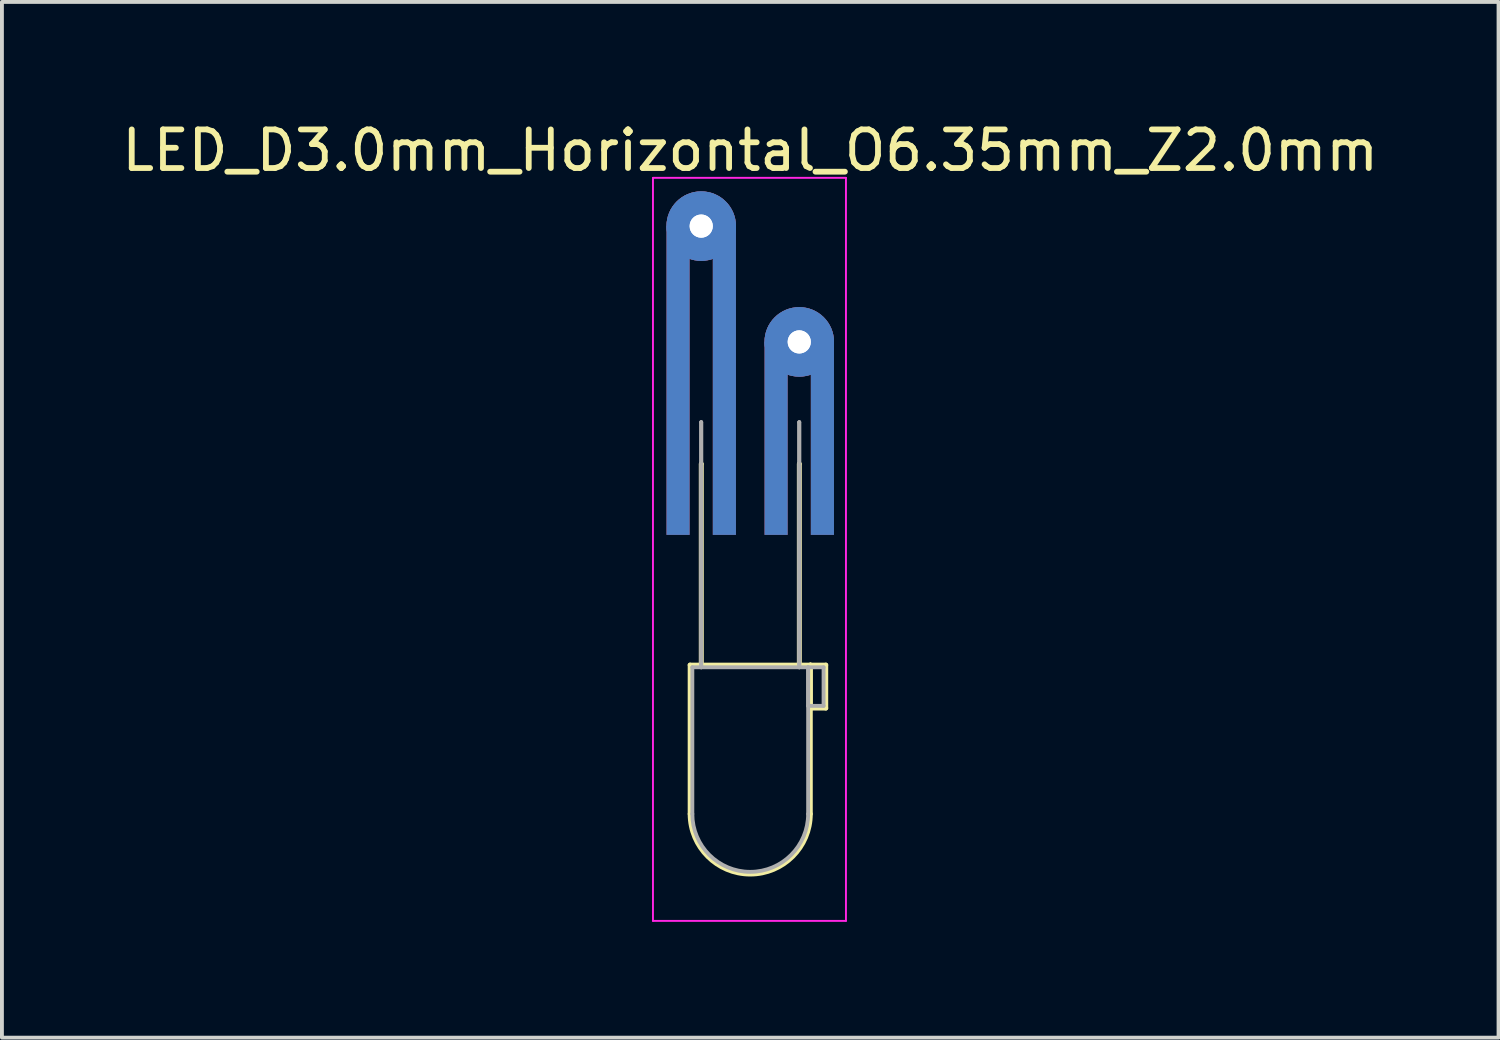
<source format=kicad_pcb>
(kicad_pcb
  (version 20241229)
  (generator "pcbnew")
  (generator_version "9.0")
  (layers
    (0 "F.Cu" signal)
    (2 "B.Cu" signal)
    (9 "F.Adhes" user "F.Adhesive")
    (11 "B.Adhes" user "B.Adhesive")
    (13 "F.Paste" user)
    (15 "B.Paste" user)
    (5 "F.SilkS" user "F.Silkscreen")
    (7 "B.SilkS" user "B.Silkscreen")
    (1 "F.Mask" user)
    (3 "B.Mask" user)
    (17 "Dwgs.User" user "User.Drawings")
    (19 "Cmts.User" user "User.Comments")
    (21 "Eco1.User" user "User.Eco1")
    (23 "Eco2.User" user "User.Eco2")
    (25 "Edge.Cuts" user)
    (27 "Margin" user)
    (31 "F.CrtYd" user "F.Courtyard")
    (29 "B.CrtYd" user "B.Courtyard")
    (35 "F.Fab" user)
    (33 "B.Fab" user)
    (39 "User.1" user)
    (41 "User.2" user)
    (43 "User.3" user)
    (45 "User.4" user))
  (footprint "LED_D3.0mm_Horizontal_O6.35mm_Z2.0mm"
    (layer "F.Cu")
    (at 15.117 2.808)
    (property "Reference" "LED_D3.0mm_Horizontal_O6.35mm_Z2.0mm" (at 1.27 -1.96 0) (layer "F.SilkS") (effects (font (size 1 1) (thickness 0.15))))
    (attr through_hole)
    (fp_line (start -0.29 11.37) (end -0.29 15.23) (stroke (width 0.12) (type solid)) (layer "F.SilkS"))
    (fp_line (start -0.29 11.37) (end 2.83 11.37) (stroke (width 0.12) (type solid)) (layer "F.SilkS"))
    (fp_line (start 0 6.16) (end 0 6.16) (stroke (width 0.12) (type solid)) (layer "F.SilkS"))
    (fp_line (start 0 6.16) (end 0 11.37) (stroke (width 0.12) (type solid)) (layer "F.SilkS"))
    (fp_line (start 0 11.37) (end 0 6.16) (stroke (width 0.12) (type solid)) (layer "F.SilkS"))
    (fp_line (start 0 11.37) (end 0 11.37) (stroke (width 0.12) (type solid)) (layer "F.SilkS"))
    (fp_line (start 2.54 6.16) (end 2.54 6.16) (stroke (width 0.12) (type solid)) (layer "F.SilkS"))
    (fp_line (start 2.54 6.16) (end 2.54 11.37) (stroke (width 0.12) (type solid)) (layer "F.SilkS"))
    (fp_line (start 2.54 11.37) (end 2.54 6.16) (stroke (width 0.12) (type solid)) (layer "F.SilkS"))
    (fp_line (start 2.54 11.37) (end 2.54 11.37) (stroke (width 0.12) (type solid)) (layer "F.SilkS"))
    (fp_line (start 2.83 11.37) (end 2.83 15.23) (stroke (width 0.12) (type solid)) (layer "F.SilkS"))
    (fp_line (start 2.83 11.37) (end 3.23 11.37) (stroke (width 0.12) (type solid)) (layer "F.SilkS"))
    (fp_line (start 2.83 12.49) (end 2.83 11.37) (stroke (width 0.12) (type solid)) (layer "F.SilkS"))
    (fp_line (start 3.23 11.37) (end 3.23 12.49) (stroke (width 0.12) (type solid)) (layer "F.SilkS"))
    (fp_line (start 3.23 12.49) (end 2.83 12.49) (stroke (width 0.12) (type solid)) (layer "F.SilkS"))
    (fp_arc (start 2.83 15.23) (mid 1.27 16.79) (end -0.29 15.23) (stroke (width 0.12) (type solid)) (layer "F.SilkS"))
    (fp_line (start -1.25 -1.25) (end -1.25 18) (stroke (width 0.05) (type solid)) (layer "F.CrtYd"))
    (fp_line (start -1.25 18) (end 3.75 18) (stroke (width 0.05) (type solid)) (layer "F.CrtYd"))
    (fp_line (start 3.75 -1.25) (end -1.25 -1.25) (stroke (width 0.05) (type solid)) (layer "F.CrtYd"))
    (fp_line (start 3.75 18) (end 3.75 -1.25) (stroke (width 0.05) (type solid)) (layer "F.CrtYd"))
    (fp_line (start -0.23 11.43) (end -0.23 15.23) (stroke (width 0.1) (type solid)) (layer "F.Fab"))
    (fp_line (start -0.23 11.43) (end 2.77 11.43) (stroke (width 0.1) (type solid)) (layer "F.Fab"))
    (fp_line (start 0 5.08) (end 0 5.08) (stroke (width 0.1) (type solid)) (layer "F.Fab"))
    (fp_line (start 0 5.08) (end 0 11.43) (stroke (width 0.1) (type solid)) (layer "F.Fab"))
    (fp_line (start 0 11.43) (end 0 5.08) (stroke (width 0.1) (type solid)) (layer "F.Fab"))
    (fp_line (start 0 11.43) (end 0 11.43) (stroke (width 0.1) (type solid)) (layer "F.Fab"))
    (fp_line (start 2.54 5.08) (end 2.54 5.08) (stroke (width 0.1) (type solid)) (layer "F.Fab"))
    (fp_line (start 2.54 5.08) (end 2.54 11.43) (stroke (width 0.1) (type solid)) (layer "F.Fab"))
    (fp_line (start 2.54 11.43) (end 2.54 5.08) (stroke (width 0.1) (type solid)) (layer "F.Fab"))
    (fp_line (start 2.54 11.43) (end 2.54 11.43) (stroke (width 0.1) (type solid)) (layer "F.Fab"))
    (fp_line (start 2.77 11.43) (end 2.77 15.23) (stroke (width 0.1) (type solid)) (layer "F.Fab"))
    (fp_line (start 2.77 11.43) (end 3.17 11.43) (stroke (width 0.1) (type solid)) (layer "F.Fab"))
    (fp_line (start 2.77 12.43) (end 2.77 11.43) (stroke (width 0.1) (type solid)) (layer "F.Fab"))
    (fp_line (start 3.17 11.43) (end 3.17 12.43) (stroke (width 0.1) (type solid)) (layer "F.Fab"))
    (fp_line (start 3.17 12.43) (end 2.77 12.43) (stroke (width 0.1) (type solid)) (layer "F.Fab"))
    (fp_arc (start 2.77 15.23) (mid 1.27 16.73) (end -0.23 15.23) (stroke (width 0.1) (type solid)) (layer "F.Fab"))
    (pad "1" smd rect (at 1.94 5.5) (size 0.6 5) (layers "F.Cu" "F.Mask" "F.Paste"))
    (pad "1" smd rect (at 1.94 5.5) (size 0.6 5) (layers "B.Cu" "B.Mask" "B.Paste"))
    (pad "1" thru_hole circle (at 2.54 3) (size 1.8 1.8) (drill 0.6) (layers "*.Cu" "*.Mask"))
    (pad "1" thru_hole circle (at 2.54 3) (size 1.8 1.8) (drill 0.6) (layers "*.Cu" "*.Mask"))
    (pad "1" smd rect (at 3.14 5.5) (size 0.6 5) (layers "F.Cu" "F.Mask" "F.Paste"))
    (pad "1" smd rect (at 3.14 5.5) (size 0.6 5) (layers "B.Cu" "B.Mask" "B.Paste"))
    (pad "2" smd rect (at -0.6 4) (size 0.6 8) (layers "F.Cu" "F.Mask" "F.Paste"))
    (pad "2" smd rect (at -0.6 4) (size 0.6 8) (layers "B.Cu" "B.Mask" "B.Paste"))
    (pad "2" thru_hole circle (at 0 0) (size 1.8 1.8) (drill 0.6) (layers "*.Cu" "*.Mask"))
    (pad "2" thru_hole circle (at 0 0) (size 1.8 1.8) (drill 0.6) (layers "*.Cu" "*.Mask"))
    (pad "2" smd rect (at 0.6 4) (size 0.6 8) (layers "F.Cu" "F.Mask" "F.Paste"))
    (pad "2" smd rect (at 0.6 4) (size 0.6 8) (layers "B.Cu" "B.Mask" "B.Paste")))
  (gr_rect
    (start -3 -3)
    (end 35.774 23.833)
    (stroke (width 0.1) (type default))
    (fill no)
    (layer "Edge.Cuts")))
</source>
